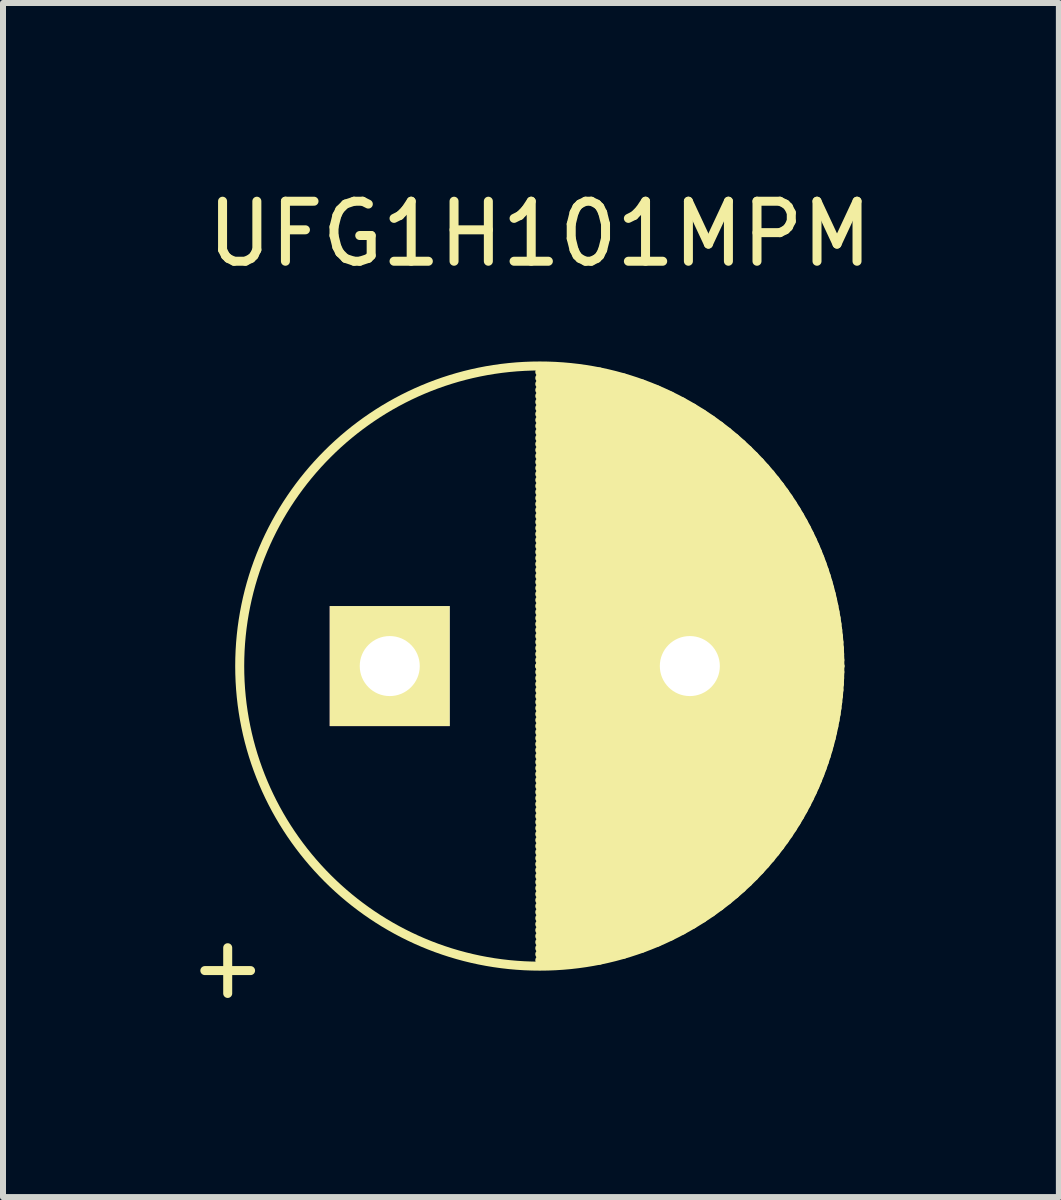
<source format=kicad_pcb>
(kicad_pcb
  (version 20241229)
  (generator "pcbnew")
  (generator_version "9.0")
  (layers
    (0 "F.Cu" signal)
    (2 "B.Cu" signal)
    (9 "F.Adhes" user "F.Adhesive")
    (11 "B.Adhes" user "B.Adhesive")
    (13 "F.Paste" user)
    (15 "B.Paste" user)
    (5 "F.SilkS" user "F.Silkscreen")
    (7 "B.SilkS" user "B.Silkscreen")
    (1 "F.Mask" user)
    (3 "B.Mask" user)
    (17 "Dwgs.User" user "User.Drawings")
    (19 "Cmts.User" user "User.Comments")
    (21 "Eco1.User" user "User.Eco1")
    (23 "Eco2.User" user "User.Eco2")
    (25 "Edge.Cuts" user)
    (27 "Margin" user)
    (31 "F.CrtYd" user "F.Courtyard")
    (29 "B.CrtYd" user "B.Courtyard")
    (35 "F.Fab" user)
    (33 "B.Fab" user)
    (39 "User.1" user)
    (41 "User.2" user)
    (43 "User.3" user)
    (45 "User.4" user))
  (footprint "UFG1H101MPM"
    (layer "F.Cu")
    (at 3.444 8.048)
    (property "Reference" "UFG1H101MPM" (at 2.5 -7.2 0) (layer "F.SilkS") (effects (font (size 1 1) (thickness 0.15))))
    (attr through_hole)
    (fp_line (start 2.5 -4.9) (end 3.495 -4.9) (stroke (width 0.15) (type solid)) (layer "F.SilkS"))
    (fp_line (start 2.5 -4.8) (end 3.9 -4.8) (stroke (width 0.15) (type solid)) (layer "F.SilkS"))
    (fp_line (start 2.5 -4.7) (end 4.206 -4.7) (stroke (width 0.15) (type solid)) (layer "F.SilkS"))
    (fp_line (start 2.5 -4.6) (end 4.46 -4.6) (stroke (width 0.15) (type solid)) (layer "F.SilkS"))
    (fp_line (start 2.5 -4.5) (end 4.679 -4.5) (stroke (width 0.15) (type solid)) (layer "F.SilkS"))
    (fp_line (start 2.5 -4.4) (end 4.875 -4.4) (stroke (width 0.15) (type solid)) (layer "F.SilkS"))
    (fp_line (start 2.5 -4.3) (end 5.051 -4.3) (stroke (width 0.15) (type solid)) (layer "F.SilkS"))
    (fp_line (start 2.5 -4.2) (end 5.213 -4.2) (stroke (width 0.15) (type solid)) (layer "F.SilkS"))
    (fp_line (start 2.5 -4.1) (end 5.362 -4.1) (stroke (width 0.15) (type solid)) (layer "F.SilkS"))
    (fp_line (start 2.5 -4) (end 5.5 -4) (stroke (width 0.15) (type solid)) (layer "F.SilkS"))
    (fp_line (start 2.5 -3.9) (end 5.629 -3.9) (stroke (width 0.15) (type solid)) (layer "F.SilkS"))
    (fp_line (start 2.5 -3.8) (end 5.75 -3.8) (stroke (width 0.15) (type solid)) (layer "F.SilkS"))
    (fp_line (start 2.5 -3.7) (end 5.863 -3.7) (stroke (width 0.15) (type solid)) (layer "F.SilkS"))
    (fp_line (start 2.5 -3.6) (end 5.97 -3.6) (stroke (width 0.15) (type solid)) (layer "F.SilkS"))
    (fp_line (start 2.5 -3.5) (end 6.071 -3.5) (stroke (width 0.15) (type solid)) (layer "F.SilkS"))
    (fp_line (start 2.5 -3.4) (end 6.166 -3.4) (stroke (width 0.15) (type solid)) (layer "F.SilkS"))
    (fp_line (start 2.5 -3.3) (end 6.256 -3.3) (stroke (width 0.15) (type solid)) (layer "F.SilkS"))
    (fp_line (start 2.5 -3.2) (end 6.342 -3.2) (stroke (width 0.15) (type solid)) (layer "F.SilkS"))
    (fp_line (start 2.5 -3.1) (end 6.423 -3.1) (stroke (width 0.15) (type solid)) (layer "F.SilkS"))
    (fp_line (start 2.5 -3) (end 6.5 -3) (stroke (width 0.15) (type solid)) (layer "F.SilkS"))
    (fp_line (start 2.5 -2.9) (end 6.573 -2.9) (stroke (width 0.15) (type solid)) (layer "F.SilkS"))
    (fp_line (start 2.5 -2.8) (end 6.642 -2.8) (stroke (width 0.15) (type solid)) (layer "F.SilkS"))
    (fp_line (start 2.5 -2.7) (end 6.708 -2.7) (stroke (width 0.15) (type solid)) (layer "F.SilkS"))
    (fp_line (start 2.5 -2.6) (end 6.771 -2.6) (stroke (width 0.15) (type solid)) (layer "F.SilkS"))
    (fp_line (start 2.5 -2.5) (end 6.83 -2.5) (stroke (width 0.15) (type solid)) (layer "F.SilkS"))
    (fp_line (start 2.5 -2.4) (end 6.886 -2.4) (stroke (width 0.15) (type solid)) (layer "F.SilkS"))
    (fp_line (start 2.5 -2.3) (end 6.94 -2.3) (stroke (width 0.15) (type solid)) (layer "F.SilkS"))
    (fp_line (start 2.5 -2.2) (end 6.99 -2.2) (stroke (width 0.15) (type solid)) (layer "F.SilkS"))
    (fp_line (start 2.5 -2.1) (end 7.038 -2.1) (stroke (width 0.15) (type solid)) (layer "F.SilkS"))
    (fp_line (start 2.5 -2) (end 7.083 -2) (stroke (width 0.15) (type solid)) (layer "F.SilkS"))
    (fp_line (start 2.5 -1.9) (end 7.125 -1.9) (stroke (width 0.15) (type solid)) (layer "F.SilkS"))
    (fp_line (start 2.5 -1.8) (end 7.165 -1.8) (stroke (width 0.15) (type solid)) (layer "F.SilkS"))
    (fp_line (start 2.5 -1.7) (end 7.202 -1.7) (stroke (width 0.15) (type solid)) (layer "F.SilkS"))
    (fp_line (start 2.5 -1.6) (end 7.237 -1.6) (stroke (width 0.15) (type solid)) (layer "F.SilkS"))
    (fp_line (start 2.5 -1.5) (end 7.27 -1.5) (stroke (width 0.15) (type solid)) (layer "F.SilkS"))
    (fp_line (start 2.5 -1.4) (end 7.3 -1.4) (stroke (width 0.15) (type solid)) (layer "F.SilkS"))
    (fp_line (start 2.5 -1.3) (end 7.328 -1.3) (stroke (width 0.15) (type solid)) (layer "F.SilkS"))
    (fp_line (start 2.5 -1.2) (end 7.354 -1.2) (stroke (width 0.15) (type solid)) (layer "F.SilkS"))
    (fp_line (start 2.5 -1.1) (end 7.377 -1.1) (stroke (width 0.15) (type solid)) (layer "F.SilkS"))
    (fp_line (start 2.5 -1) (end 7.399 -1) (stroke (width 0.15) (type solid)) (layer "F.SilkS"))
    (fp_line (start 2.5 -0.9) (end 7.418 -0.9) (stroke (width 0.15) (type solid)) (layer "F.SilkS"))
    (fp_line (start 2.5 -0.8) (end 7.436 -0.8) (stroke (width 0.15) (type solid)) (layer "F.SilkS"))
    (fp_line (start 2.5 -0.7) (end 7.451 -0.7) (stroke (width 0.15) (type solid)) (layer "F.SilkS"))
    (fp_line (start 2.5 -0.6) (end 7.464 -0.6) (stroke (width 0.15) (type solid)) (layer "F.SilkS"))
    (fp_line (start 2.5 -0.5) (end 7.475 -0.5) (stroke (width 0.15) (type solid)) (layer "F.SilkS"))
    (fp_line (start 2.5 -0.4) (end 7.484 -0.4) (stroke (width 0.15) (type solid)) (layer "F.SilkS"))
    (fp_line (start 2.5 -0.3) (end 7.491 -0.3) (stroke (width 0.15) (type solid)) (layer "F.SilkS"))
    (fp_line (start 2.5 -0.2) (end 7.496 -0.2) (stroke (width 0.15) (type solid)) (layer "F.SilkS"))
    (fp_line (start 2.5 -0.1) (end 7.499 -0.1) (stroke (width 0.15) (type solid)) (layer "F.SilkS"))
    (fp_line (start 2.5 0) (end 7.5 0) (stroke (width 0.15) (type solid)) (layer "F.SilkS"))
    (fp_line (start 2.5 0) (end 7.5 0) (stroke (width 0.15) (type solid)) (layer "F.SilkS"))
    (fp_line (start 2.5 0.1) (end 7.499 0.1) (stroke (width 0.15) (type solid)) (layer "F.SilkS"))
    (fp_line (start 2.5 0.2) (end 7.496 0.2) (stroke (width 0.15) (type solid)) (layer "F.SilkS"))
    (fp_line (start 2.5 0.3) (end 7.491 0.3) (stroke (width 0.15) (type solid)) (layer "F.SilkS"))
    (fp_line (start 2.5 0.4) (end 7.484 0.4) (stroke (width 0.15) (type solid)) (layer "F.SilkS"))
    (fp_line (start 2.5 0.5) (end 7.475 0.5) (stroke (width 0.15) (type solid)) (layer "F.SilkS"))
    (fp_line (start 2.5 0.6) (end 7.464 0.6) (stroke (width 0.15) (type solid)) (layer "F.SilkS"))
    (fp_line (start 2.5 0.7) (end 7.451 0.7) (stroke (width 0.15) (type solid)) (layer "F.SilkS"))
    (fp_line (start 2.5 0.8) (end 7.436 0.8) (stroke (width 0.15) (type solid)) (layer "F.SilkS"))
    (fp_line (start 2.5 0.9) (end 7.418 0.9) (stroke (width 0.15) (type solid)) (layer "F.SilkS"))
    (fp_line (start 2.5 1) (end 7.399 1) (stroke (width 0.15) (type solid)) (layer "F.SilkS"))
    (fp_line (start 2.5 1.1) (end 7.377 1.1) (stroke (width 0.15) (type solid)) (layer "F.SilkS"))
    (fp_line (start 2.5 1.2) (end 7.354 1.2) (stroke (width 0.15) (type solid)) (layer "F.SilkS"))
    (fp_line (start 2.5 1.3) (end 7.328 1.3) (stroke (width 0.15) (type solid)) (layer "F.SilkS"))
    (fp_line (start 2.5 1.4) (end 7.3 1.4) (stroke (width 0.15) (type solid)) (layer "F.SilkS"))
    (fp_line (start 2.5 1.5) (end 7.27 1.5) (stroke (width 0.15) (type solid)) (layer "F.SilkS"))
    (fp_line (start 2.5 1.6) (end 7.237 1.6) (stroke (width 0.15) (type solid)) (layer "F.SilkS"))
    (fp_line (start 2.5 1.7) (end 7.202 1.7) (stroke (width 0.15) (type solid)) (layer "F.SilkS"))
    (fp_line (start 2.5 1.8) (end 7.165 1.8) (stroke (width 0.15) (type solid)) (layer "F.SilkS"))
    (fp_line (start 2.5 1.9) (end 7.125 1.9) (stroke (width 0.15) (type solid)) (layer "F.SilkS"))
    (fp_line (start 2.5 2) (end 7.083 2) (stroke (width 0.15) (type solid)) (layer "F.SilkS"))
    (fp_line (start 2.5 2.1) (end 7.038 2.1) (stroke (width 0.15) (type solid)) (layer "F.SilkS"))
    (fp_line (start 2.5 2.2) (end 6.99 2.2) (stroke (width 0.15) (type solid)) (layer "F.SilkS"))
    (fp_line (start 2.5 2.3) (end 6.94 2.3) (stroke (width 0.15) (type solid)) (layer "F.SilkS"))
    (fp_line (start 2.5 2.4) (end 6.886 2.4) (stroke (width 0.15) (type solid)) (layer "F.SilkS"))
    (fp_line (start 2.5 2.5) (end 6.83 2.5) (stroke (width 0.15) (type solid)) (layer "F.SilkS"))
    (fp_line (start 2.5 2.6) (end 6.771 2.6) (stroke (width 0.15) (type solid)) (layer "F.SilkS"))
    (fp_line (start 2.5 2.7) (end 6.708 2.7) (stroke (width 0.15) (type solid)) (layer "F.SilkS"))
    (fp_line (start 2.5 2.8) (end 6.642 2.8) (stroke (width 0.15) (type solid)) (layer "F.SilkS"))
    (fp_line (start 2.5 2.9) (end 6.573 2.9) (stroke (width 0.15) (type solid)) (layer "F.SilkS"))
    (fp_line (start 2.5 3) (end 6.5 3) (stroke (width 0.15) (type solid)) (layer "F.SilkS"))
    (fp_line (start 2.5 3.1) (end 6.423 3.1) (stroke (width 0.15) (type solid)) (layer "F.SilkS"))
    (fp_line (start 2.5 3.2) (end 6.342 3.2) (stroke (width 0.15) (type solid)) (layer "F.SilkS"))
    (fp_line (start 2.5 3.3) (end 6.256 3.3) (stroke (width 0.15) (type solid)) (layer "F.SilkS"))
    (fp_line (start 2.5 3.4) (end 6.166 3.4) (stroke (width 0.15) (type solid)) (layer "F.SilkS"))
    (fp_line (start 2.5 3.5) (end 6.071 3.5) (stroke (width 0.15) (type solid)) (layer "F.SilkS"))
    (fp_line (start 2.5 3.6) (end 5.97 3.6) (stroke (width 0.15) (type solid)) (layer "F.SilkS"))
    (fp_line (start 2.5 3.7) (end 5.863 3.7) (stroke (width 0.15) (type solid)) (layer "F.SilkS"))
    (fp_line (start 2.5 3.8) (end 5.75 3.8) (stroke (width 0.15) (type solid)) (layer "F.SilkS"))
    (fp_line (start 2.5 3.9) (end 5.629 3.9) (stroke (width 0.15) (type solid)) (layer "F.SilkS"))
    (fp_line (start 2.5 4) (end 5.5 4) (stroke (width 0.15) (type solid)) (layer "F.SilkS"))
    (fp_line (start 2.5 4.1) (end 5.362 4.1) (stroke (width 0.15) (type solid)) (layer "F.SilkS"))
    (fp_line (start 2.5 4.2) (end 5.213 4.2) (stroke (width 0.15) (type solid)) (layer "F.SilkS"))
    (fp_line (start 2.5 4.3) (end 5.051 4.3) (stroke (width 0.15) (type solid)) (layer "F.SilkS"))
    (fp_line (start 2.5 4.4) (end 4.875 4.4) (stroke (width 0.15) (type solid)) (layer "F.SilkS"))
    (fp_line (start 2.5 4.5) (end 4.679 4.5) (stroke (width 0.15) (type solid)) (layer "F.SilkS"))
    (fp_line (start 2.5 4.6) (end 4.46 4.6) (stroke (width 0.15) (type solid)) (layer "F.SilkS"))
    (fp_line (start 2.5 4.7) (end 4.206 4.7) (stroke (width 0.15) (type solid)) (layer "F.SilkS"))
    (fp_line (start 2.5 4.8) (end 3.9 4.8) (stroke (width 0.15) (type solid)) (layer "F.SilkS"))
    (fp_line (start 2.5 4.9) (end 3.495 4.9) (stroke (width 0.15) (type solid)) (layer "F.SilkS"))
    (fp_circle (center 2.5 0) (end 2.5 -5) (stroke (width 0.15) (type solid)) (fill no) (layer "F.SilkS"))
    (fp_text user "+" (at -2.7 5 0) (layer "F.SilkS") (effects (font (size 1 1) (thickness 0.15))))
    (pad "1" thru_hole rect (at 0 0) (size 2 2) (drill 1) (layers "*.Cu" "*.Mask" "F.SilkS"))
    (pad "2" thru_hole circle (at 5 0) (size 2 2) (drill 1) (layers "*.Cu" "*.Mask" "F.SilkS")))
  (gr_rect
    (start -3 -3)
    (end 14.593 16.896)
    (stroke (width 0.1) (type default))
    (fill no)
    (layer "Edge.Cuts")))
</source>
